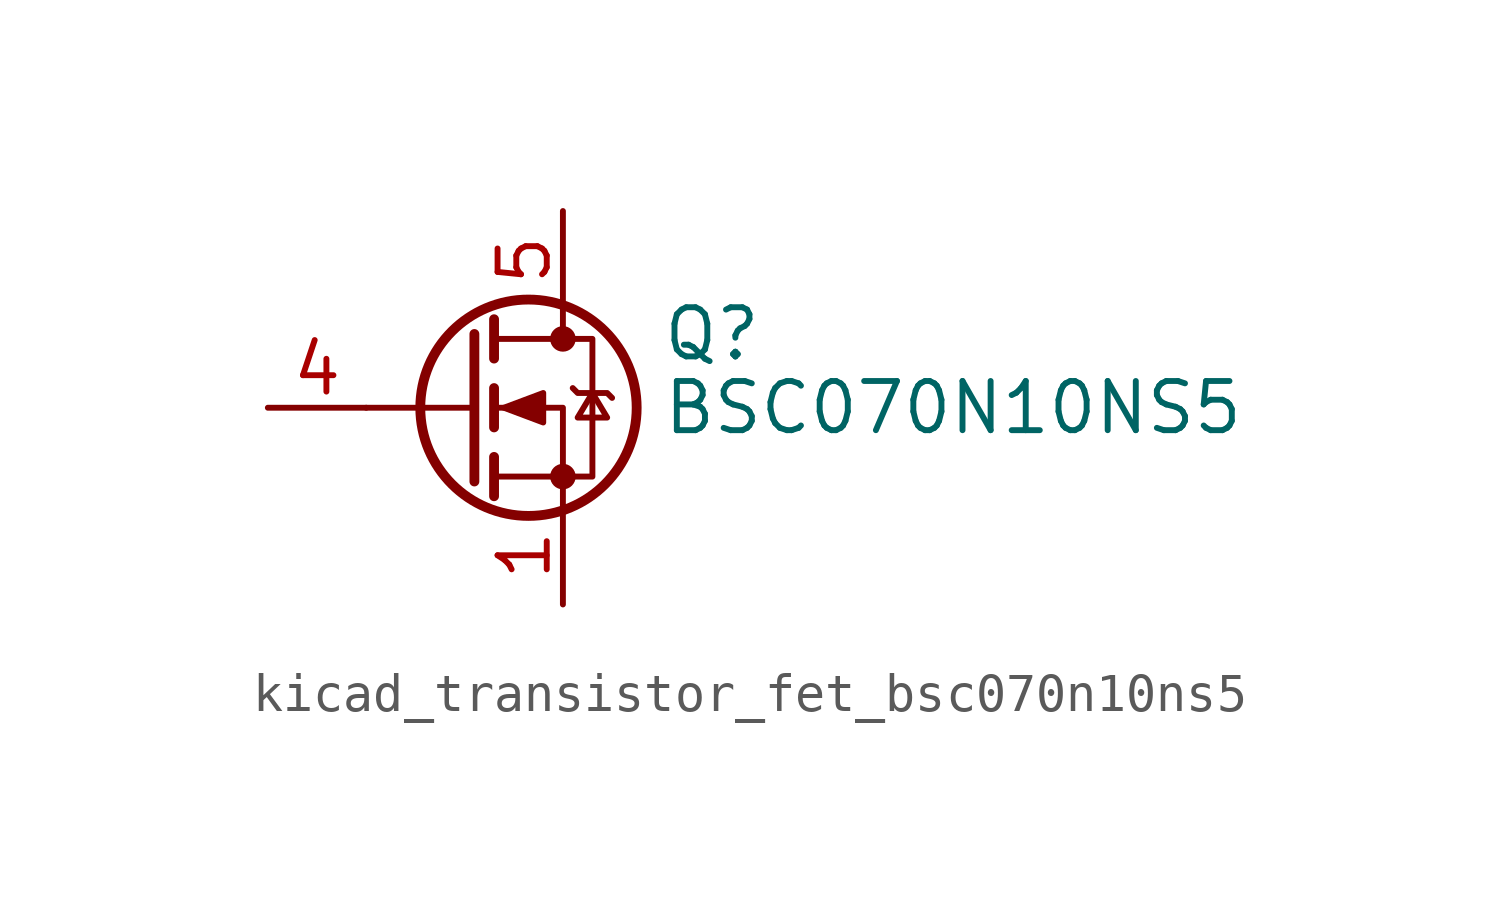
<source format=kicad_sym>
(kicad_symbol_lib
  (version 20220914)
  (generator kicad_symbol_editor)
  (symbol "kicad_transistor_fet_bsc070n10ns5"
    (pin_names hide)
    (property "Reference" "Q"
      (at 5.08 1.905 0)
      (effects (font (size 1.27 1.27)) (justify left)))
    (property "Value" "BSC070N10NS5"
      (at 5.08 0 0)
      (effects (font (size 1.27 1.27)) (justify left)))
    (symbol "kicad_transistor_fet_bsc070n10ns5_0_1"
      (polyline (pts (xy 0.254 0) (xy -2.54 0)) (stroke (width 0) (type default)) (fill (type none)))
      (polyline (pts (xy 0.254 1.905) (xy 0.254 -1.905)) (stroke (width 0.254) (type default)) (fill (type none)))
      (polyline (pts (xy 0.762 -1.27) (xy 0.762 -2.286)) (stroke (width 0.254) (type default)) (fill (type none)))
      (polyline (pts (xy 0.762 0.508) (xy 0.762 -0.508)) (stroke (width 0.254) (type default)) (fill (type none)))
      (polyline (pts (xy 0.762 2.286) (xy 0.762 1.27)) (stroke (width 0.254) (type default)) (fill (type none)))
      (polyline (pts (xy 2.54 2.54) (xy 2.54 1.778)) (stroke (width 0) (type default)) (fill (type none)))
      (polyline (pts (xy 2.54 -2.54) (xy 2.54 0) (xy 0.762 0)) (stroke (width 0) (type default)) (fill (type none)))
      (polyline (pts (xy 0.762 -1.778) (xy 3.302 -1.778) (xy 3.302 1.778) (xy 0.762 1.778)) (stroke (width 0) (type default)) (fill (type none)))
      (polyline (pts (xy 1.016 0) (xy 2.032 0.381) (xy 2.032 -0.381) (xy 1.016 0)) (stroke (width 0) (type default)) (fill (type outline)))
      (polyline (pts (xy 2.794 0.508) (xy 2.921 0.381) (xy 3.683 0.381) (xy 3.81 0.254)) (stroke (width 0) (type default)) (fill (type none)))
      (polyline (pts (xy 3.302 0.381) (xy 2.921 -0.254) (xy 3.683 -0.254) (xy 3.302 0.381)) (stroke (width 0) (type default)) (fill (type none)))
      (circle (center 1.651 0) (radius 2.794) (stroke (width 0.254) (type default)) (fill (type none)))
      (circle (center 2.54 -1.778) (radius 0.254) (stroke (width 0) (type default)) (fill (type outline)))
      (circle (center 2.54 1.778) (radius 0.254) (stroke (width 0) (type default)) (fill (type outline))))
    (symbol "kicad_transistor_fet_bsc070n10ns5_1_1"
      (pin passive line (at 2.54 -5.08 90) (length 2.54) (name "S" (effects (font (size 1.27 1.27)))) (number "1" (effects (font (size 1.27 1.27)))))
      (pin passive line (at 2.54 -5.08 90) (length 2.54) hide (name "S" (effects (font (size 1.27 1.27)))) (number "2" (effects (font (size 1.27 1.27)))))
      (pin passive line (at 2.54 -5.08 90) (length 2.54) hide (name "S" (effects (font (size 1.27 1.27)))) (number "3" (effects (font (size 1.27 1.27)))))
      (pin passive line (at -5.08 0 0) (length 2.54) (name "G" (effects (font (size 1.27 1.27)))) (number "4" (effects (font (size 1.27 1.27)))))
      (pin passive line (at 2.54 5.08 270) (length 2.54) (name "D" (effects (font (size 1.27 1.27)))) (number "5" (effects (font (size 1.27 1.27))))))))
</source>
